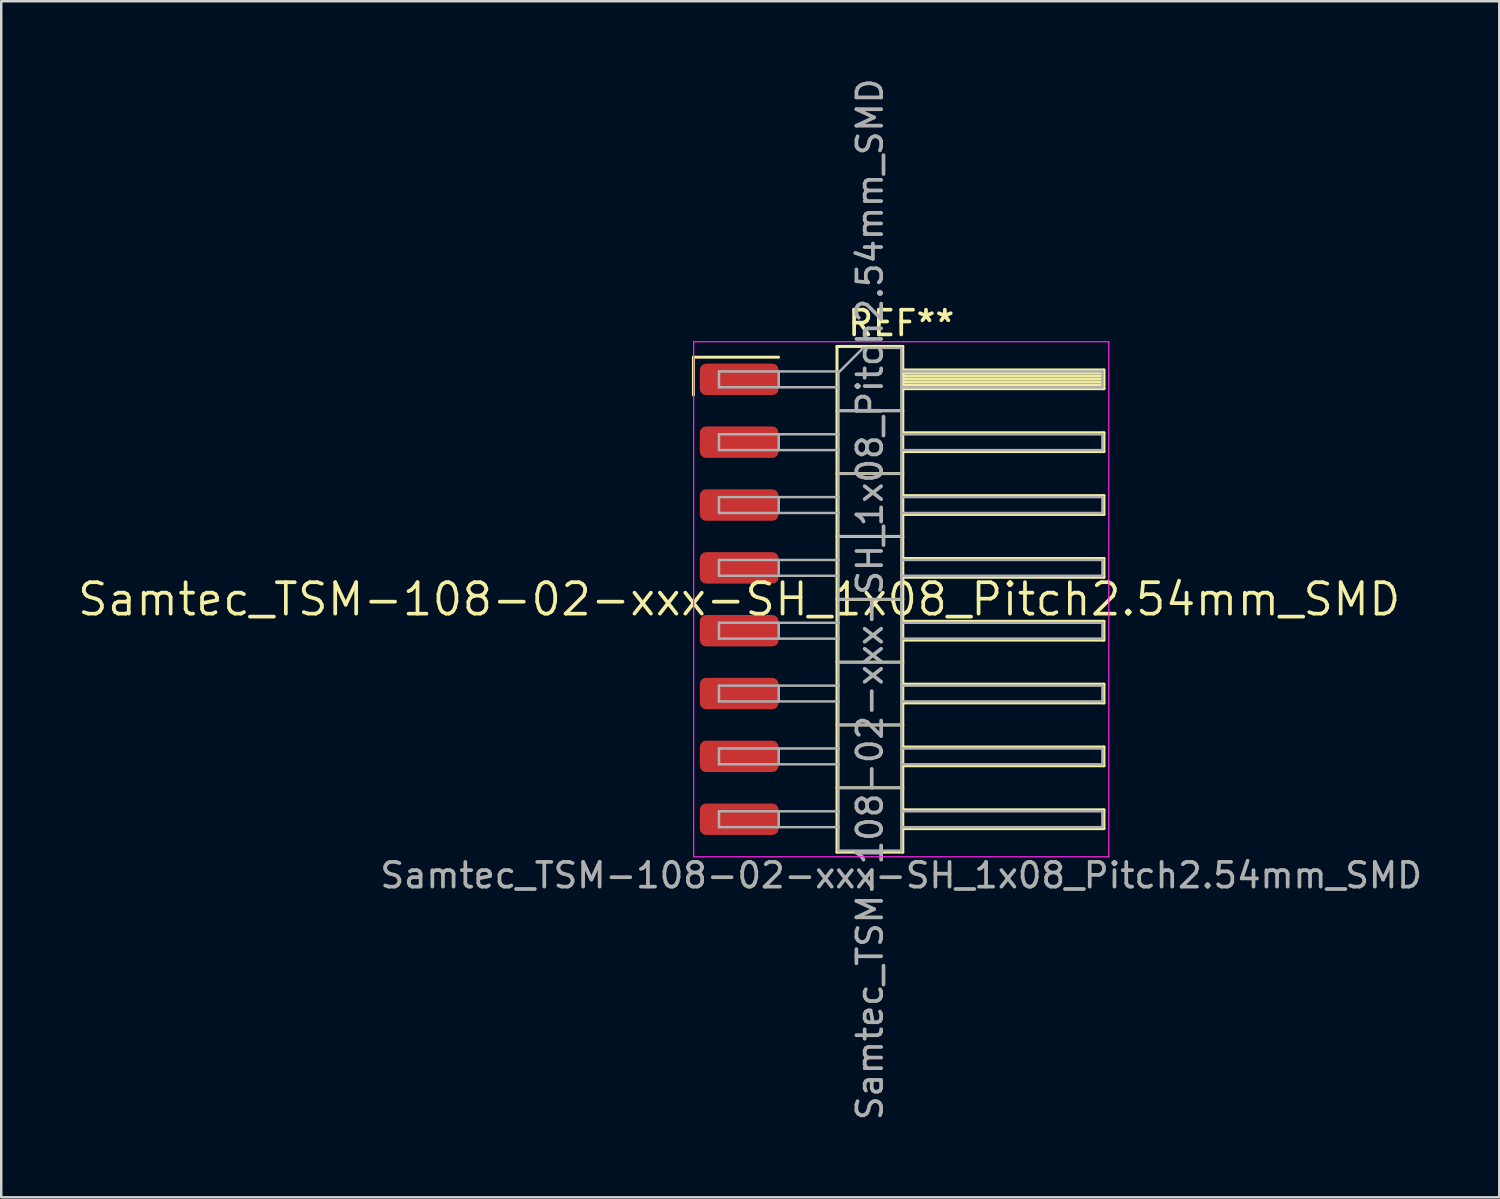
<source format=kicad_pcb>
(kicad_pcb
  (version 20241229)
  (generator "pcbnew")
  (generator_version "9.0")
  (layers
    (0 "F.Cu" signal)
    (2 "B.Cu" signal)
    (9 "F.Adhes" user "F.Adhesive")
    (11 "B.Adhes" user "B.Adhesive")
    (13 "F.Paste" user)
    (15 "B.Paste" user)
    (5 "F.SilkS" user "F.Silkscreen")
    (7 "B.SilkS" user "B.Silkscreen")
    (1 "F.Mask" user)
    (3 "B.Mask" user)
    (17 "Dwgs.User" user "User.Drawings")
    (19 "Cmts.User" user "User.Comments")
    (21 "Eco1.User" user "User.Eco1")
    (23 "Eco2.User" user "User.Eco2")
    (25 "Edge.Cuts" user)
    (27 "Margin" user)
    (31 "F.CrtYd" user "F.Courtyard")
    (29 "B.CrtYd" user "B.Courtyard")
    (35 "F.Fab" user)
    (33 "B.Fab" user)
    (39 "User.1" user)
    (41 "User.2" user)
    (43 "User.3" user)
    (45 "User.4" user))
  (footprint "Samtec_TSM-108-02-xxx-SH_1x08_Pitch2.54mm_SMD"
    (layer "F.Cu")
    (at 26.828 21.173)
    (property "Reference" "Samtec_TSM-108-02-xxx-SH_1x08_Pitch2.54mm_SMD" (at 0 0 0) (layer "F.SilkS") (effects (font (size 1.27 1.27) (thickness 0.15))))
    (attr smd)
    (fp_line (start -1.85 -9.785) (end 1.59 -9.785) (stroke (width 0.12) (type solid)) (layer "F.SilkS"))
    (fp_line (start -1.85 -8.255) (end -1.85 -9.785) (stroke (width 0.12) (type solid)) (layer "F.SilkS"))
    (fp_line (start 3.953 -10.22) (end 6.613 -10.22) (stroke (width 0.12) (type solid)) (layer "F.SilkS"))
    (fp_line (start 3.953 -7.62) (end 6.613 -7.62) (stroke (width 0.12) (type solid)) (layer "F.SilkS"))
    (fp_line (start 3.953 -5.08) (end 6.613 -5.08) (stroke (width 0.12) (type solid)) (layer "F.SilkS"))
    (fp_line (start 3.953 -2.54) (end 6.613 -2.54) (stroke (width 0.12) (type solid)) (layer "F.SilkS"))
    (fp_line (start 3.953 0) (end 6.613 0) (stroke (width 0.12) (type solid)) (layer "F.SilkS"))
    (fp_line (start 3.953 2.54) (end 6.613 2.54) (stroke (width 0.12) (type solid)) (layer "F.SilkS"))
    (fp_line (start 3.953 5.08) (end 6.613 5.08) (stroke (width 0.12) (type solid)) (layer "F.SilkS"))
    (fp_line (start 3.953 7.62) (end 6.613 7.62) (stroke (width 0.12) (type solid)) (layer "F.SilkS"))
    (fp_line (start 3.953 10.22) (end 3.953 -10.22) (stroke (width 0.12) (type solid)) (layer "F.SilkS"))
    (fp_line (start 6.613 -10.22) (end 6.613 10.22) (stroke (width 0.12) (type solid)) (layer "F.SilkS"))
    (fp_line (start 6.613 -9.27) (end 14.743 -9.27) (stroke (width 0.12) (type solid)) (layer "F.SilkS"))
    (fp_line (start 6.613 -9.15) (end 14.743 -9.15) (stroke (width 0.12) (type solid)) (layer "F.SilkS"))
    (fp_line (start 6.613 -9.03) (end 14.743 -9.03) (stroke (width 0.12) (type solid)) (layer "F.SilkS"))
    (fp_line (start 6.613 -8.91) (end 14.743 -8.91) (stroke (width 0.12) (type solid)) (layer "F.SilkS"))
    (fp_line (start 6.613 -8.79) (end 14.743 -8.79) (stroke (width 0.12) (type solid)) (layer "F.SilkS"))
    (fp_line (start 6.613 -8.67) (end 14.743 -8.67) (stroke (width 0.12) (type solid)) (layer "F.SilkS"))
    (fp_line (start 6.613 -8.55) (end 14.743 -8.55) (stroke (width 0.12) (type solid)) (layer "F.SilkS"))
    (fp_line (start 6.613 -8.51) (end 14.743 -8.51) (stroke (width 0.12) (type solid)) (layer "F.SilkS"))
    (fp_line (start 6.613 -6.73) (end 14.743 -6.73) (stroke (width 0.12) (type solid)) (layer "F.SilkS"))
    (fp_line (start 6.613 -5.97) (end 14.743 -5.97) (stroke (width 0.12) (type solid)) (layer "F.SilkS"))
    (fp_line (start 6.613 -4.19) (end 14.743 -4.19) (stroke (width 0.12) (type solid)) (layer "F.SilkS"))
    (fp_line (start 6.613 -3.43) (end 14.743 -3.43) (stroke (width 0.12) (type solid)) (layer "F.SilkS"))
    (fp_line (start 6.613 -1.65) (end 14.743 -1.65) (stroke (width 0.12) (type solid)) (layer "F.SilkS"))
    (fp_line (start 6.613 -0.89) (end 14.743 -0.89) (stroke (width 0.12) (type solid)) (layer "F.SilkS"))
    (fp_line (start 6.613 0.89) (end 14.743 0.89) (stroke (width 0.12) (type solid)) (layer "F.SilkS"))
    (fp_line (start 6.613 1.65) (end 14.743 1.65) (stroke (width 0.12) (type solid)) (layer "F.SilkS"))
    (fp_line (start 6.613 3.43) (end 14.743 3.43) (stroke (width 0.12) (type solid)) (layer "F.SilkS"))
    (fp_line (start 6.613 4.19) (end 14.743 4.19) (stroke (width 0.12) (type solid)) (layer "F.SilkS"))
    (fp_line (start 6.613 5.97) (end 14.743 5.97) (stroke (width 0.12) (type solid)) (layer "F.SilkS"))
    (fp_line (start 6.613 6.73) (end 14.743 6.73) (stroke (width 0.12) (type solid)) (layer "F.SilkS"))
    (fp_line (start 6.613 8.51) (end 14.743 8.51) (stroke (width 0.12) (type solid)) (layer "F.SilkS"))
    (fp_line (start 6.613 9.27) (end 14.743 9.27) (stroke (width 0.12) (type solid)) (layer "F.SilkS"))
    (fp_line (start 6.613 10.22) (end 3.953 10.22) (stroke (width 0.12) (type solid)) (layer "F.SilkS"))
    (fp_line (start 14.743 -9.27) (end 14.743 -8.51) (stroke (width 0.12) (type solid)) (layer "F.SilkS"))
    (fp_line (start 14.743 -6.73) (end 14.743 -5.97) (stroke (width 0.12) (type solid)) (layer "F.SilkS"))
    (fp_line (start 14.743 -4.19) (end 14.743 -3.43) (stroke (width 0.12) (type solid)) (layer "F.SilkS"))
    (fp_line (start 14.743 -1.65) (end 14.743 -0.89) (stroke (width 0.12) (type solid)) (layer "F.SilkS"))
    (fp_line (start 14.743 0.89) (end 14.743 1.65) (stroke (width 0.12) (type solid)) (layer "F.SilkS"))
    (fp_line (start 14.743 3.43) (end 14.743 4.19) (stroke (width 0.12) (type solid)) (layer "F.SilkS"))
    (fp_line (start 14.743 5.97) (end 14.743 6.73) (stroke (width 0.12) (type solid)) (layer "F.SilkS"))
    (fp_line (start 14.743 8.51) (end 14.743 9.27) (stroke (width 0.12) (type solid)) (layer "F.SilkS"))
    (fp_line (start -1.84 -10.41) (end 14.94 -10.41) (stroke (width 0.05) (type solid)) (layer "F.CrtYd"))
    (fp_line (start -1.84 10.41) (end -1.84 -10.41) (stroke (width 0.05) (type solid)) (layer "F.CrtYd"))
    (fp_line (start 14.94 -10.41) (end 14.94 10.41) (stroke (width 0.05) (type solid)) (layer "F.CrtYd"))
    (fp_line (start 14.94 10.41) (end -1.84 10.41) (stroke (width 0.05) (type solid)) (layer "F.CrtYd"))
    (fp_line (start -0.817 -9.21) (end -0.817 -8.57) (stroke (width 0.1) (type solid)) (layer "F.Fab"))
    (fp_line (start -0.817 -9.21) (end 4.013 -9.21) (stroke (width 0.1) (type solid)) (layer "F.Fab"))
    (fp_line (start -0.817 -8.57) (end 4.013 -8.57) (stroke (width 0.1) (type solid)) (layer "F.Fab"))
    (fp_line (start -0.817 -6.67) (end -0.817 -6.03) (stroke (width 0.1) (type solid)) (layer "F.Fab"))
    (fp_line (start -0.817 -6.67) (end 4.013 -6.67) (stroke (width 0.1) (type solid)) (layer "F.Fab"))
    (fp_line (start -0.817 -6.03) (end 4.013 -6.03) (stroke (width 0.1) (type solid)) (layer "F.Fab"))
    (fp_line (start -0.817 -4.13) (end -0.817 -3.49) (stroke (width 0.1) (type solid)) (layer "F.Fab"))
    (fp_line (start -0.817 -4.13) (end 4.013 -4.13) (stroke (width 0.1) (type solid)) (layer "F.Fab"))
    (fp_line (start -0.817 -3.49) (end 4.013 -3.49) (stroke (width 0.1) (type solid)) (layer "F.Fab"))
    (fp_line (start -0.817 -1.59) (end -0.817 -0.95) (stroke (width 0.1) (type solid)) (layer "F.Fab"))
    (fp_line (start -0.817 -1.59) (end 4.013 -1.59) (stroke (width 0.1) (type solid)) (layer "F.Fab"))
    (fp_line (start -0.817 -0.95) (end 4.013 -0.95) (stroke (width 0.1) (type solid)) (layer "F.Fab"))
    (fp_line (start -0.817 0.95) (end -0.817 1.59) (stroke (width 0.1) (type solid)) (layer "F.Fab"))
    (fp_line (start -0.817 0.95) (end 4.013 0.95) (stroke (width 0.1) (type solid)) (layer "F.Fab"))
    (fp_line (start -0.817 1.59) (end 4.013 1.59) (stroke (width 0.1) (type solid)) (layer "F.Fab"))
    (fp_line (start -0.817 3.49) (end -0.817 4.13) (stroke (width 0.1) (type solid)) (layer "F.Fab"))
    (fp_line (start -0.817 3.49) (end 4.013 3.49) (stroke (width 0.1) (type solid)) (layer "F.Fab"))
    (fp_line (start -0.817 4.13) (end 4.013 4.13) (stroke (width 0.1) (type solid)) (layer "F.Fab"))
    (fp_line (start -0.817 6.03) (end -0.817 6.67) (stroke (width 0.1) (type solid)) (layer "F.Fab"))
    (fp_line (start -0.817 6.03) (end 4.013 6.03) (stroke (width 0.1) (type solid)) (layer "F.Fab"))
    (fp_line (start -0.817 6.67) (end 4.013 6.67) (stroke (width 0.1) (type solid)) (layer "F.Fab"))
    (fp_line (start -0.817 8.57) (end -0.817 9.21) (stroke (width 0.1) (type solid)) (layer "F.Fab"))
    (fp_line (start -0.817 8.57) (end 4.013 8.57) (stroke (width 0.1) (type solid)) (layer "F.Fab"))
    (fp_line (start -0.817 9.21) (end 4.013 9.21) (stroke (width 0.1) (type solid)) (layer "F.Fab"))
    (fp_line (start 1.598 -9.21) (end 1.598 -8.57) (stroke (width 0.1) (type solid)) (layer "F.Fab"))
    (fp_line (start 1.598 -6.67) (end 1.598 -6.03) (stroke (width 0.1) (type solid)) (layer "F.Fab"))
    (fp_line (start 1.598 -4.13) (end 1.598 -3.49) (stroke (width 0.1) (type solid)) (layer "F.Fab"))
    (fp_line (start 1.598 -1.59) (end 1.598 -0.95) (stroke (width 0.1) (type solid)) (layer "F.Fab"))
    (fp_line (start 1.598 0.95) (end 1.598 1.59) (stroke (width 0.1) (type solid)) (layer "F.Fab"))
    (fp_line (start 1.598 3.49) (end 1.598 4.13) (stroke (width 0.1) (type solid)) (layer "F.Fab"))
    (fp_line (start 1.598 6.03) (end 1.598 6.67) (stroke (width 0.1) (type solid)) (layer "F.Fab"))
    (fp_line (start 1.598 8.57) (end 1.598 9.21) (stroke (width 0.1) (type solid)) (layer "F.Fab"))
    (fp_line (start 4.013 -9.16) (end 5.013 -10.16) (stroke (width 0.1) (type solid)) (layer "F.Fab"))
    (fp_line (start 4.013 -7.62) (end 6.553 -7.62) (stroke (width 0.1) (type solid)) (layer "F.Fab"))
    (fp_line (start 4.013 -5.08) (end 6.553 -5.08) (stroke (width 0.1) (type solid)) (layer "F.Fab"))
    (fp_line (start 4.013 -2.54) (end 6.553 -2.54) (stroke (width 0.1) (type solid)) (layer "F.Fab"))
    (fp_line (start 4.013 0) (end 6.553 0) (stroke (width 0.1) (type solid)) (layer "F.Fab"))
    (fp_line (start 4.013 2.54) (end 6.553 2.54) (stroke (width 0.1) (type solid)) (layer "F.Fab"))
    (fp_line (start 4.013 5.08) (end 6.553 5.08) (stroke (width 0.1) (type solid)) (layer "F.Fab"))
    (fp_line (start 4.013 7.62) (end 6.553 7.62) (stroke (width 0.1) (type solid)) (layer "F.Fab"))
    (fp_line (start 4.013 10.16) (end 4.013 -9.16) (stroke (width 0.1) (type solid)) (layer "F.Fab"))
    (fp_line (start 5.013 -10.16) (end 6.553 -10.16) (stroke (width 0.1) (type solid)) (layer "F.Fab"))
    (fp_line (start 6.553 -10.16) (end 6.553 10.16) (stroke (width 0.1) (type solid)) (layer "F.Fab"))
    (fp_line (start 6.553 -9.21) (end 14.683 -9.21) (stroke (width 0.1) (type solid)) (layer "F.Fab"))
    (fp_line (start 6.553 -8.57) (end 14.683 -8.57) (stroke (width 0.1) (type solid)) (layer "F.Fab"))
    (fp_line (start 6.553 -6.67) (end 14.683 -6.67) (stroke (width 0.1) (type solid)) (layer "F.Fab"))
    (fp_line (start 6.553 -6.03) (end 14.683 -6.03) (stroke (width 0.1) (type solid)) (layer "F.Fab"))
    (fp_line (start 6.553 -4.13) (end 14.683 -4.13) (stroke (width 0.1) (type solid)) (layer "F.Fab"))
    (fp_line (start 6.553 -3.49) (end 14.683 -3.49) (stroke (width 0.1) (type solid)) (layer "F.Fab"))
    (fp_line (start 6.553 -1.59) (end 14.683 -1.59) (stroke (width 0.1) (type solid)) (layer "F.Fab"))
    (fp_line (start 6.553 -0.95) (end 14.683 -0.95) (stroke (width 0.1) (type solid)) (layer "F.Fab"))
    (fp_line (start 6.553 0.95) (end 14.683 0.95) (stroke (width 0.1) (type solid)) (layer "F.Fab"))
    (fp_line (start 6.553 1.59) (end 14.683 1.59) (stroke (width 0.1) (type solid)) (layer "F.Fab"))
    (fp_line (start 6.553 3.49) (end 14.683 3.49) (stroke (width 0.1) (type solid)) (layer "F.Fab"))
    (fp_line (start 6.553 4.13) (end 14.683 4.13) (stroke (width 0.1) (type solid)) (layer "F.Fab"))
    (fp_line (start 6.553 6.03) (end 14.683 6.03) (stroke (width 0.1) (type solid)) (layer "F.Fab"))
    (fp_line (start 6.553 6.67) (end 14.683 6.67) (stroke (width 0.1) (type solid)) (layer "F.Fab"))
    (fp_line (start 6.553 8.57) (end 14.683 8.57) (stroke (width 0.1) (type solid)) (layer "F.Fab"))
    (fp_line (start 6.553 9.21) (end 14.683 9.21) (stroke (width 0.1) (type solid)) (layer "F.Fab"))
    (fp_line (start 6.553 10.16) (end 4.013 10.16) (stroke (width 0.1) (type solid)) (layer "F.Fab"))
    (fp_line (start 14.683 -9.21) (end 14.683 -8.57) (stroke (width 0.1) (type solid)) (layer "F.Fab"))
    (fp_line (start 14.683 -6.67) (end 14.683 -6.03) (stroke (width 0.1) (type solid)) (layer "F.Fab"))
    (fp_line (start 14.683 -4.13) (end 14.683 -3.49) (stroke (width 0.1) (type solid)) (layer "F.Fab"))
    (fp_line (start 14.683 -1.59) (end 14.683 -0.95) (stroke (width 0.1) (type solid)) (layer "F.Fab"))
    (fp_line (start 14.683 0.95) (end 14.683 1.59) (stroke (width 0.1) (type solid)) (layer "F.Fab"))
    (fp_line (start 14.683 3.49) (end 14.683 4.13) (stroke (width 0.1) (type solid)) (layer "F.Fab"))
    (fp_line (start 14.683 6.03) (end 14.683 6.67) (stroke (width 0.1) (type solid)) (layer "F.Fab"))
    (fp_line (start 14.683 8.57) (end 14.683 9.21) (stroke (width 0.1) (type solid)) (layer "F.Fab"))
    (fp_text user "REF**" (at 6.55 -11.16 0) (layer "F.SilkS") (effects (font (size 1 1) (thickness 0.15))))
    (fp_text user "Samtec_TSM-108-02-xxx-SH_1x08_Pitch2.54mm_SMD" (at 6.55 11.16 0) (layer "F.Fab") (effects (font (size 1 1) (thickness 0.15))))
    (fp_text user "${REFERENCE}" (at 5.283 0 90) (layer "F.Fab") (effects (font (size 1 1) (thickness 0.15))))
    (pad "1" smd roundrect (at 0 -8.89) (size 3.18 1.27) (layers "F.Cu" "F.Mask" "F.Paste") (roundrect_rratio 0.197))
    (pad "2" smd roundrect (at 0 -6.35) (size 3.18 1.27) (layers "F.Cu" "F.Mask" "F.Paste") (roundrect_rratio 0.197))
    (pad "3" smd roundrect (at 0 -3.81) (size 3.18 1.27) (layers "F.Cu" "F.Mask" "F.Paste") (roundrect_rratio 0.197))
    (pad "4" smd roundrect (at 0 -1.27) (size 3.18 1.27) (layers "F.Cu" "F.Mask" "F.Paste") (roundrect_rratio 0.197))
    (pad "5" smd roundrect (at 0 1.27) (size 3.18 1.27) (layers "F.Cu" "F.Mask" "F.Paste") (roundrect_rratio 0.197))
    (pad "6" smd roundrect (at 0 3.81) (size 3.18 1.27) (layers "F.Cu" "F.Mask" "F.Paste") (roundrect_rratio 0.197))
    (pad "7" smd roundrect (at 0 6.35) (size 3.18 1.27) (layers "F.Cu" "F.Mask" "F.Paste") (roundrect_rratio 0.197))
    (pad "8" smd roundrect (at 0 8.89) (size 3.18 1.27) (layers "F.Cu" "F.Mask" "F.Paste") (roundrect_rratio 0.197)))
  (gr_rect
    (start -3 -3)
    (end 57.551 45.345)
    (stroke (width 0.1) (type default))
    (fill no)
    (layer "Edge.Cuts")))
</source>
